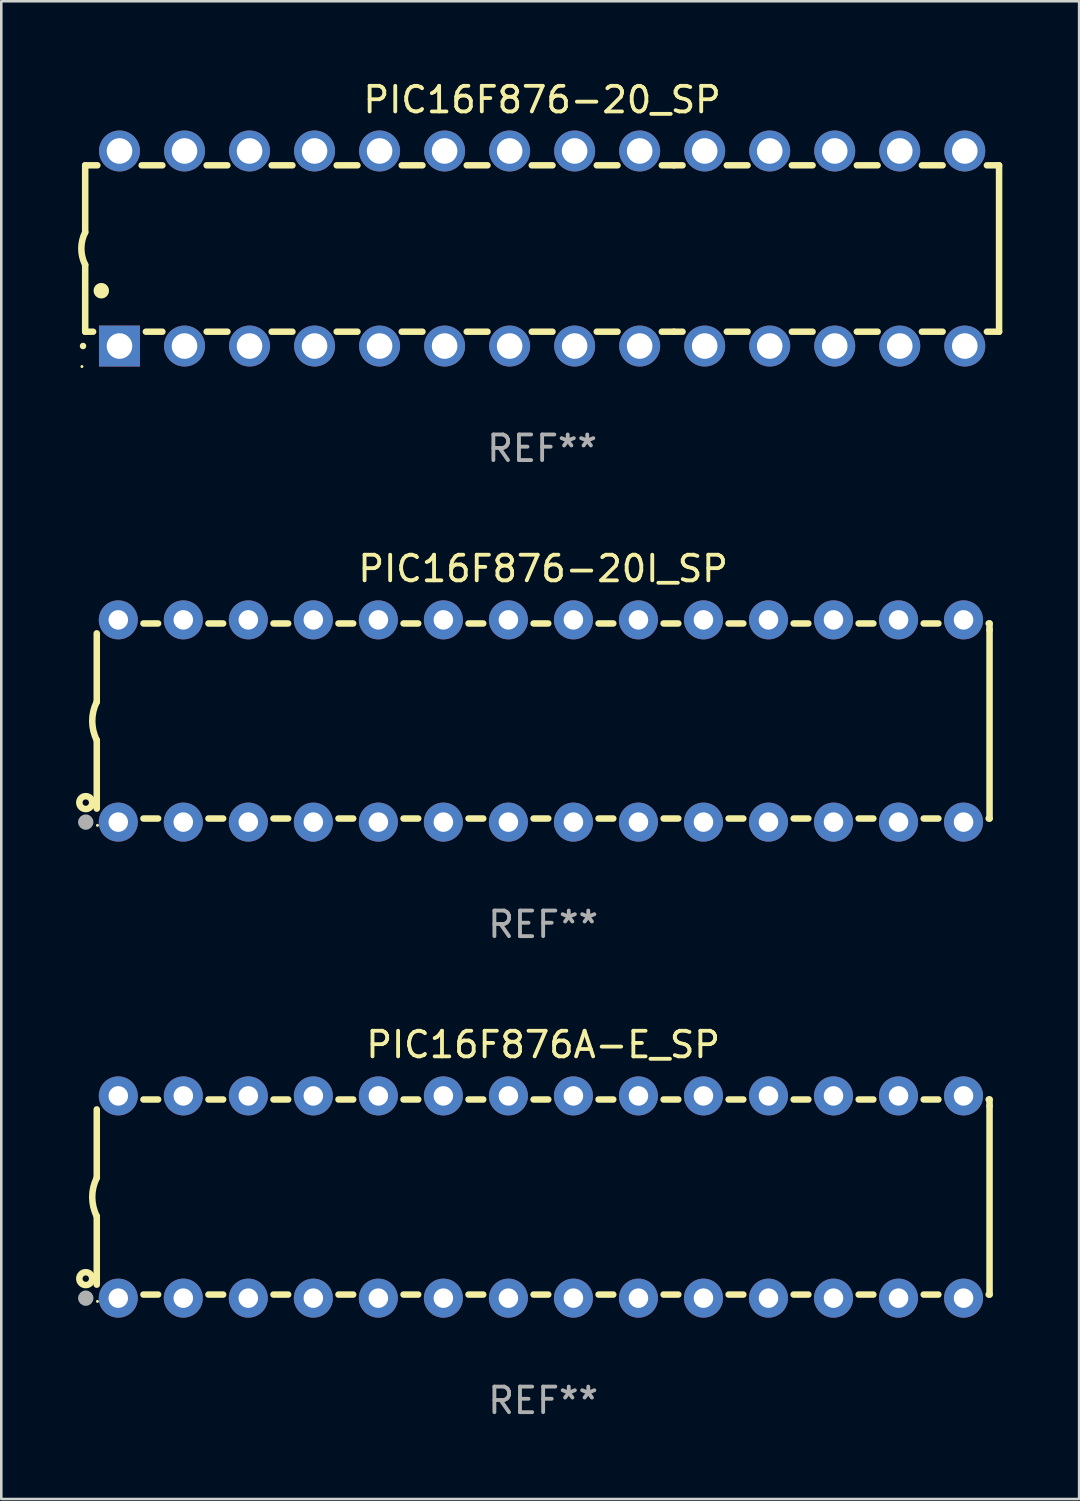
<source format=kicad_pcb>
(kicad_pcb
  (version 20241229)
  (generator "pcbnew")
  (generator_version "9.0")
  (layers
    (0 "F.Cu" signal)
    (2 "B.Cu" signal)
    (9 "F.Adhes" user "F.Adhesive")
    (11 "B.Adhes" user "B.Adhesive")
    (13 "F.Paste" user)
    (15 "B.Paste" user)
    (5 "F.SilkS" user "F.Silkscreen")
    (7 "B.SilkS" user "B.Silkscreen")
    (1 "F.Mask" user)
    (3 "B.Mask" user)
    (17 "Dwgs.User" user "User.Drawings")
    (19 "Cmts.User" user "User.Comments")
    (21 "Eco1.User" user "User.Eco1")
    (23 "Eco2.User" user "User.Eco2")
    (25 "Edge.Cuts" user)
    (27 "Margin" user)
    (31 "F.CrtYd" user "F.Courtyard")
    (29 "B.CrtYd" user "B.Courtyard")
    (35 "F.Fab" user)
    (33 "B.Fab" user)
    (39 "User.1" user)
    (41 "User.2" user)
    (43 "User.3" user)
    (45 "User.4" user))
  (footprint "PIC16F876A-E_SP"
    (layer "F.Cu")
    (at 18.168 43.711)
    (property "Reference" "PIC16F876A-E_SP" (at 0 -5.95 0) (layer "F.SilkS") (effects (font (size 1 1) (thickness 0.15))))
    (attr through_hole)
    (fp_line (start -17.438 0.75) (end -17.438 3.423) (stroke (width 0.254) (type solid)) (layer "F.SilkS"))
    (fp_line (start -17.438 -3.423) (end -17.438 -0.75) (stroke (width 0.254) (type solid)) (layer "F.SilkS"))
    (fp_line (start -15.615 3.81) (end -15.041 3.81) (stroke (width 0.254) (type solid)) (layer "F.SilkS"))
    (fp_line (start -15.041 -3.81) (end -15.614 -3.81) (stroke (width 0.254) (type solid)) (layer "F.SilkS"))
    (fp_line (start -13.075 3.81) (end -12.501 3.81) (stroke (width 0.254) (type solid)) (layer "F.SilkS"))
    (fp_line (start -12.501 -3.81) (end -13.074 -3.81) (stroke (width 0.254) (type solid)) (layer "F.SilkS"))
    (fp_line (start -10.535 3.81) (end -9.961 3.81) (stroke (width 0.254) (type solid)) (layer "F.SilkS"))
    (fp_line (start -9.961 -3.81) (end -10.534 -3.81) (stroke (width 0.254) (type solid)) (layer "F.SilkS"))
    (fp_line (start -7.995 3.81) (end -7.421 3.81) (stroke (width 0.254) (type solid)) (layer "F.SilkS"))
    (fp_line (start -7.421 -3.81) (end -7.995 -3.81) (stroke (width 0.254) (type solid)) (layer "F.SilkS"))
    (fp_line (start -5.455 3.81) (end -4.881 3.81) (stroke (width 0.254) (type solid)) (layer "F.SilkS"))
    (fp_line (start -4.881 -3.81) (end -5.455 -3.81) (stroke (width 0.254) (type solid)) (layer "F.SilkS"))
    (fp_line (start -2.915 3.81) (end -2.341 3.81) (stroke (width 0.254) (type solid)) (layer "F.SilkS"))
    (fp_line (start -2.341 -3.81) (end -2.915 -3.81) (stroke (width 0.254) (type solid)) (layer "F.SilkS"))
    (fp_line (start -0.375 3.81) (end 0.199 3.81) (stroke (width 0.254) (type solid)) (layer "F.SilkS"))
    (fp_line (start 0.199 -3.81) (end -0.375 -3.81) (stroke (width 0.254) (type solid)) (layer "F.SilkS"))
    (fp_line (start 2.165 3.81) (end 2.739 3.81) (stroke (width 0.254) (type solid)) (layer "F.SilkS"))
    (fp_line (start 2.739 -3.81) (end 2.165 -3.81) (stroke (width 0.254) (type solid)) (layer "F.SilkS"))
    (fp_line (start 4.705 3.81) (end 5.279 3.81) (stroke (width 0.254) (type solid)) (layer "F.SilkS"))
    (fp_line (start 5.279 -3.81) (end 4.705 -3.81) (stroke (width 0.254) (type solid)) (layer "F.SilkS"))
    (fp_line (start 7.245 3.81) (end 7.819 3.81) (stroke (width 0.254) (type solid)) (layer "F.SilkS"))
    (fp_line (start 7.819 -3.81) (end 7.245 -3.81) (stroke (width 0.254) (type solid)) (layer "F.SilkS"))
    (fp_line (start 9.785 3.81) (end 10.359 3.81) (stroke (width 0.254) (type solid)) (layer "F.SilkS"))
    (fp_line (start 10.359 -3.81) (end 9.785 -3.81) (stroke (width 0.254) (type solid)) (layer "F.SilkS"))
    (fp_line (start 12.325 3.81) (end 12.899 3.81) (stroke (width 0.254) (type solid)) (layer "F.SilkS"))
    (fp_line (start 12.899 -3.81) (end 12.325 -3.81) (stroke (width 0.254) (type solid)) (layer "F.SilkS"))
    (fp_line (start 14.865 3.81) (end 15.439 3.81) (stroke (width 0.254) (type solid)) (layer "F.SilkS"))
    (fp_line (start 15.439 -3.81) (end 14.865 -3.81) (stroke (width 0.254) (type solid)) (layer "F.SilkS"))
    (fp_line (start 17.405 3.81) (end 17.438 3.81) (stroke (width 0.254) (type solid)) (layer "F.SilkS"))
    (fp_line (start 17.438 -3.81) (end 17.405 -3.81) (stroke (width 0.254) (type solid)) (layer "F.SilkS"))
    (fp_line (start 17.438 -3.556) (end 17.438 -3.81) (stroke (width 0.254) (type solid)) (layer "F.SilkS"))
    (fp_line (start 17.438 3.81) (end 17.438 -3.556) (stroke (width 0.254) (type solid)) (layer "F.SilkS"))
    (fp_arc (start -17.437986 0.749657) (mid -17.614887 -0.000024) (end -17.437783 -0.749657) (stroke (width 0.254001) (type solid)) (layer "F.SilkS"))
    (fp_circle (center -17.868 3.188) (end -17.743 3.188) (stroke (width 0.254) (type solid)) (fill no) (layer "F.SilkS"))
    (fp_circle (center -17.411 4.077) (end -17.381 4.077) (stroke (width 0.06) (type solid)) (fill no) (layer "F.SilkS"))
    (fp_circle (center -17.868 3.95) (end -17.718 3.95) (stroke (width 0.3) (type solid)) (fill no) (layer "F.Fab"))
    (fp_text user "REF**" (at 0 7.95 0) (layer "F.Fab") (effects (font (size 1 1) (thickness 0.15))))
    (pad "1" thru_hole circle (at -16.598 3.95) (size 1.524 1.524) (drill 0.762) (layers "*.Cu" "*.Mask"))
    (pad "2" thru_hole circle (at -14.058 3.95) (size 1.524 1.524) (drill 0.762) (layers "*.Cu" "*.Mask"))
    (pad "3" thru_hole circle (at -11.518 3.95) (size 1.524 1.524) (drill 0.762) (layers "*.Cu" "*.Mask"))
    (pad "4" thru_hole circle (at -8.978 3.95) (size 1.524 1.524) (drill 0.762) (layers "*.Cu" "*.Mask"))
    (pad "5" thru_hole circle (at -6.438 3.95) (size 1.524 1.524) (drill 0.762) (layers "*.Cu" "*.Mask"))
    (pad "6" thru_hole circle (at -3.898 3.95) (size 1.524 1.524) (drill 0.762) (layers "*.Cu" "*.Mask"))
    (pad "7" thru_hole circle (at -1.358 3.95) (size 1.524 1.524) (drill 0.762) (layers "*.Cu" "*.Mask"))
    (pad "8" thru_hole circle (at 1.182 3.95) (size 1.524 1.524) (drill 0.762) (layers "*.Cu" "*.Mask"))
    (pad "9" thru_hole circle (at 3.722 3.95) (size 1.524 1.524) (drill 0.762) (layers "*.Cu" "*.Mask"))
    (pad "10" thru_hole circle (at 6.262 3.95) (size 1.524 1.524) (drill 0.762) (layers "*.Cu" "*.Mask"))
    (pad "11" thru_hole circle (at 8.802 3.95) (size 1.524 1.524) (drill 0.762) (layers "*.Cu" "*.Mask"))
    (pad "12" thru_hole circle (at 11.342 3.95) (size 1.524 1.524) (drill 0.762) (layers "*.Cu" "*.Mask"))
    (pad "13" thru_hole circle (at 13.882 3.95) (size 1.524 1.524) (drill 0.762) (layers "*.Cu" "*.Mask"))
    (pad "14" thru_hole circle (at 16.422 3.95) (size 1.524 1.524) (drill 0.762) (layers "*.Cu" "*.Mask"))
    (pad "15" thru_hole circle (at 16.422 -3.95) (size 1.524 1.524) (drill 0.762) (layers "*.Cu" "*.Mask"))
    (pad "16" thru_hole circle (at 13.882 -3.95) (size 1.524 1.524) (drill 0.762) (layers "*.Cu" "*.Mask"))
    (pad "17" thru_hole circle (at 11.342 -3.95) (size 1.524 1.524) (drill 0.762) (layers "*.Cu" "*.Mask"))
    (pad "18" thru_hole circle (at 8.802 -3.95) (size 1.524 1.524) (drill 0.762) (layers "*.Cu" "*.Mask"))
    (pad "19" thru_hole circle (at 6.262 -3.95) (size 1.524 1.524) (drill 0.762) (layers "*.Cu" "*.Mask"))
    (pad "20" thru_hole circle (at 3.722 -3.95) (size 1.524 1.524) (drill 0.762) (layers "*.Cu" "*.Mask"))
    (pad "21" thru_hole circle (at 1.182 -3.95) (size 1.524 1.524) (drill 0.762) (layers "*.Cu" "*.Mask"))
    (pad "22" thru_hole circle (at -1.358 -3.95) (size 1.524 1.524) (drill 0.762) (layers "*.Cu" "*.Mask"))
    (pad "23" thru_hole circle (at -3.898 -3.95) (size 1.524 1.524) (drill 0.762) (layers "*.Cu" "*.Mask"))
    (pad "24" thru_hole circle (at -6.438 -3.95) (size 1.524 1.524) (drill 0.762) (layers "*.Cu" "*.Mask"))
    (pad "25" thru_hole circle (at -8.978 -3.95) (size 1.524 1.524) (drill 0.762) (layers "*.Cu" "*.Mask"))
    (pad "26" thru_hole circle (at -11.517 -3.95) (size 1.524 1.524) (drill 0.762) (layers "*.Cu" "*.Mask"))
    (pad "27" thru_hole circle (at -14.057 -3.95) (size 1.524 1.524) (drill 0.762) (layers "*.Cu" "*.Mask"))
    (pad "28" thru_hole circle (at -16.597 -3.95) (size 1.524 1.524) (drill 0.762) (layers "*.Cu" "*.Mask")))
  (footprint "PIC16F876-20I_SP"
    (layer "F.Cu")
    (at 18.168 25.115)
    (property "Reference" "PIC16F876-20I_SP" (at 0 -5.95 0) (layer "F.SilkS") (effects (font (size 1 1) (thickness 0.15))))
    (attr through_hole)
    (fp_line (start -17.438 0.75) (end -17.438 3.423) (stroke (width 0.254) (type solid)) (layer "F.SilkS"))
    (fp_line (start -17.438 -3.423) (end -17.438 -0.75) (stroke (width 0.254) (type solid)) (layer "F.SilkS"))
    (fp_line (start -15.615 3.81) (end -15.041 3.81) (stroke (width 0.254) (type solid)) (layer "F.SilkS"))
    (fp_line (start -15.041 -3.81) (end -15.614 -3.81) (stroke (width 0.254) (type solid)) (layer "F.SilkS"))
    (fp_line (start -13.075 3.81) (end -12.501 3.81) (stroke (width 0.254) (type solid)) (layer "F.SilkS"))
    (fp_line (start -12.501 -3.81) (end -13.074 -3.81) (stroke (width 0.254) (type solid)) (layer "F.SilkS"))
    (fp_line (start -10.535 3.81) (end -9.961 3.81) (stroke (width 0.254) (type solid)) (layer "F.SilkS"))
    (fp_line (start -9.961 -3.81) (end -10.534 -3.81) (stroke (width 0.254) (type solid)) (layer "F.SilkS"))
    (fp_line (start -7.995 3.81) (end -7.421 3.81) (stroke (width 0.254) (type solid)) (layer "F.SilkS"))
    (fp_line (start -7.421 -3.81) (end -7.995 -3.81) (stroke (width 0.254) (type solid)) (layer "F.SilkS"))
    (fp_line (start -5.455 3.81) (end -4.881 3.81) (stroke (width 0.254) (type solid)) (layer "F.SilkS"))
    (fp_line (start -4.881 -3.81) (end -5.455 -3.81) (stroke (width 0.254) (type solid)) (layer "F.SilkS"))
    (fp_line (start -2.915 3.81) (end -2.341 3.81) (stroke (width 0.254) (type solid)) (layer "F.SilkS"))
    (fp_line (start -2.341 -3.81) (end -2.915 -3.81) (stroke (width 0.254) (type solid)) (layer "F.SilkS"))
    (fp_line (start -0.375 3.81) (end 0.199 3.81) (stroke (width 0.254) (type solid)) (layer "F.SilkS"))
    (fp_line (start 0.199 -3.81) (end -0.375 -3.81) (stroke (width 0.254) (type solid)) (layer "F.SilkS"))
    (fp_line (start 2.165 3.81) (end 2.739 3.81) (stroke (width 0.254) (type solid)) (layer "F.SilkS"))
    (fp_line (start 2.739 -3.81) (end 2.165 -3.81) (stroke (width 0.254) (type solid)) (layer "F.SilkS"))
    (fp_line (start 4.705 3.81) (end 5.279 3.81) (stroke (width 0.254) (type solid)) (layer "F.SilkS"))
    (fp_line (start 5.279 -3.81) (end 4.705 -3.81) (stroke (width 0.254) (type solid)) (layer "F.SilkS"))
    (fp_line (start 7.245 3.81) (end 7.819 3.81) (stroke (width 0.254) (type solid)) (layer "F.SilkS"))
    (fp_line (start 7.819 -3.81) (end 7.245 -3.81) (stroke (width 0.254) (type solid)) (layer "F.SilkS"))
    (fp_line (start 9.785 3.81) (end 10.359 3.81) (stroke (width 0.254) (type solid)) (layer "F.SilkS"))
    (fp_line (start 10.359 -3.81) (end 9.785 -3.81) (stroke (width 0.254) (type solid)) (layer "F.SilkS"))
    (fp_line (start 12.325 3.81) (end 12.899 3.81) (stroke (width 0.254) (type solid)) (layer "F.SilkS"))
    (fp_line (start 12.899 -3.81) (end 12.325 -3.81) (stroke (width 0.254) (type solid)) (layer "F.SilkS"))
    (fp_line (start 14.865 3.81) (end 15.439 3.81) (stroke (width 0.254) (type solid)) (layer "F.SilkS"))
    (fp_line (start 15.439 -3.81) (end 14.865 -3.81) (stroke (width 0.254) (type solid)) (layer "F.SilkS"))
    (fp_line (start 17.405 3.81) (end 17.438 3.81) (stroke (width 0.254) (type solid)) (layer "F.SilkS"))
    (fp_line (start 17.438 -3.81) (end 17.405 -3.81) (stroke (width 0.254) (type solid)) (layer "F.SilkS"))
    (fp_line (start 17.438 -3.556) (end 17.438 -3.81) (stroke (width 0.254) (type solid)) (layer "F.SilkS"))
    (fp_line (start 17.438 3.81) (end 17.438 -3.556) (stroke (width 0.254) (type solid)) (layer "F.SilkS"))
    (fp_arc (start -17.437986 0.749657) (mid -17.614887 -0.000024) (end -17.437783 -0.749657) (stroke (width 0.254001) (type solid)) (layer "F.SilkS"))
    (fp_circle (center -17.868 3.188) (end -17.743 3.188) (stroke (width 0.254) (type solid)) (fill no) (layer "F.SilkS"))
    (fp_circle (center -17.411 4.077) (end -17.381 4.077) (stroke (width 0.06) (type solid)) (fill no) (layer "F.SilkS"))
    (fp_circle (center -17.868 3.95) (end -17.718 3.95) (stroke (width 0.3) (type solid)) (fill no) (layer "F.Fab"))
    (fp_text user "REF**" (at 0 7.95 0) (layer "F.Fab") (effects (font (size 1 1) (thickness 0.15))))
    (pad "1" thru_hole circle (at -16.598 3.95) (size 1.524 1.524) (drill 0.762) (layers "*.Cu" "*.Mask"))
    (pad "2" thru_hole circle (at -14.058 3.95) (size 1.524 1.524) (drill 0.762) (layers "*.Cu" "*.Mask"))
    (pad "3" thru_hole circle (at -11.518 3.95) (size 1.524 1.524) (drill 0.762) (layers "*.Cu" "*.Mask"))
    (pad "4" thru_hole circle (at -8.978 3.95) (size 1.524 1.524) (drill 0.762) (layers "*.Cu" "*.Mask"))
    (pad "5" thru_hole circle (at -6.438 3.95) (size 1.524 1.524) (drill 0.762) (layers "*.Cu" "*.Mask"))
    (pad "6" thru_hole circle (at -3.898 3.95) (size 1.524 1.524) (drill 0.762) (layers "*.Cu" "*.Mask"))
    (pad "7" thru_hole circle (at -1.358 3.95) (size 1.524 1.524) (drill 0.762) (layers "*.Cu" "*.Mask"))
    (pad "8" thru_hole circle (at 1.182 3.95) (size 1.524 1.524) (drill 0.762) (layers "*.Cu" "*.Mask"))
    (pad "9" thru_hole circle (at 3.722 3.95) (size 1.524 1.524) (drill 0.762) (layers "*.Cu" "*.Mask"))
    (pad "10" thru_hole circle (at 6.262 3.95) (size 1.524 1.524) (drill 0.762) (layers "*.Cu" "*.Mask"))
    (pad "11" thru_hole circle (at 8.802 3.95) (size 1.524 1.524) (drill 0.762) (layers "*.Cu" "*.Mask"))
    (pad "12" thru_hole circle (at 11.342 3.95) (size 1.524 1.524) (drill 0.762) (layers "*.Cu" "*.Mask"))
    (pad "13" thru_hole circle (at 13.882 3.95) (size 1.524 1.524) (drill 0.762) (layers "*.Cu" "*.Mask"))
    (pad "14" thru_hole circle (at 16.422 3.95) (size 1.524 1.524) (drill 0.762) (layers "*.Cu" "*.Mask"))
    (pad "15" thru_hole circle (at 16.422 -3.95) (size 1.524 1.524) (drill 0.762) (layers "*.Cu" "*.Mask"))
    (pad "16" thru_hole circle (at 13.882 -3.95) (size 1.524 1.524) (drill 0.762) (layers "*.Cu" "*.Mask"))
    (pad "17" thru_hole circle (at 11.342 -3.95) (size 1.524 1.524) (drill 0.762) (layers "*.Cu" "*.Mask"))
    (pad "18" thru_hole circle (at 8.802 -3.95) (size 1.524 1.524) (drill 0.762) (layers "*.Cu" "*.Mask"))
    (pad "19" thru_hole circle (at 6.262 -3.95) (size 1.524 1.524) (drill 0.762) (layers "*.Cu" "*.Mask"))
    (pad "20" thru_hole circle (at 3.722 -3.95) (size 1.524 1.524) (drill 0.762) (layers "*.Cu" "*.Mask"))
    (pad "21" thru_hole circle (at 1.182 -3.95) (size 1.524 1.524) (drill 0.762) (layers "*.Cu" "*.Mask"))
    (pad "22" thru_hole circle (at -1.358 -3.95) (size 1.524 1.524) (drill 0.762) (layers "*.Cu" "*.Mask"))
    (pad "23" thru_hole circle (at -3.898 -3.95) (size 1.524 1.524) (drill 0.762) (layers "*.Cu" "*.Mask"))
    (pad "24" thru_hole circle (at -6.438 -3.95) (size 1.524 1.524) (drill 0.762) (layers "*.Cu" "*.Mask"))
    (pad "25" thru_hole circle (at -8.978 -3.95) (size 1.524 1.524) (drill 0.762) (layers "*.Cu" "*.Mask"))
    (pad "26" thru_hole circle (at -11.517 -3.95) (size 1.524 1.524) (drill 0.762) (layers "*.Cu" "*.Mask"))
    (pad "27" thru_hole circle (at -14.057 -3.95) (size 1.524 1.524) (drill 0.762) (layers "*.Cu" "*.Mask"))
    (pad "28" thru_hole circle (at -16.597 -3.95) (size 1.524 1.524) (drill 0.762) (layers "*.Cu" "*.Mask")))
  (footprint "PIC16F876-20_SP"
    (layer "F.Cu")
    (at 18.128 6.658)
    (property "Reference" "PIC16F876-20_SP" (at 0 -5.81 0) (layer "F.SilkS") (effects (font (size 1 1) (thickness 0.15))))
    (attr through_hole)
    (fp_line (start -17.85 -3.25) (end -17.85 -0.635) (stroke (width 0.254) (type solid)) (layer "F.SilkS"))
    (fp_line (start -17.85 3.25) (end -17.85 0.635) (stroke (width 0.254) (type solid)) (layer "F.SilkS"))
    (fp_line (start -17.85 3.25) (end -17.541 3.25) (stroke (width 0.254) (type solid)) (layer "F.SilkS"))
    (fp_line (start -17.375 -3.25) (end -17.85 -3.25) (stroke (width 0.254) (type solid)) (layer "F.SilkS"))
    (fp_line (start -15.479 3.25) (end -14.835 3.25) (stroke (width 0.254) (type solid)) (layer "F.SilkS"))
    (fp_line (start -14.835 -3.25) (end -15.645 -3.25) (stroke (width 0.254) (type solid)) (layer "F.SilkS"))
    (fp_line (start -13.105 3.25) (end -12.295 3.25) (stroke (width 0.254) (type solid)) (layer "F.SilkS"))
    (fp_line (start -12.295 -3.25) (end -13.105 -3.25) (stroke (width 0.254) (type solid)) (layer "F.SilkS"))
    (fp_line (start -10.565 3.25) (end -9.755 3.25) (stroke (width 0.254) (type solid)) (layer "F.SilkS"))
    (fp_line (start -9.755 -3.25) (end -10.565 -3.25) (stroke (width 0.254) (type solid)) (layer "F.SilkS"))
    (fp_line (start -8.025 3.25) (end -7.215 3.25) (stroke (width 0.254) (type solid)) (layer "F.SilkS"))
    (fp_line (start -7.215 -3.25) (end -8.025 -3.25) (stroke (width 0.254) (type solid)) (layer "F.SilkS"))
    (fp_line (start -5.485 3.25) (end -4.675 3.25) (stroke (width 0.254) (type solid)) (layer "F.SilkS"))
    (fp_line (start -4.675 -3.25) (end -5.485 -3.25) (stroke (width 0.254) (type solid)) (layer "F.SilkS"))
    (fp_line (start -2.945 3.25) (end -2.135 3.25) (stroke (width 0.254) (type solid)) (layer "F.SilkS"))
    (fp_line (start -2.135 -3.25) (end -2.945 -3.25) (stroke (width 0.254) (type solid)) (layer "F.SilkS"))
    (fp_line (start -0.405 3.25) (end 0.405 3.25) (stroke (width 0.254) (type solid)) (layer "F.SilkS"))
    (fp_line (start 0.405 -3.25) (end -0.405 -3.25) (stroke (width 0.254) (type solid)) (layer "F.SilkS"))
    (fp_line (start 2.135 3.25) (end 2.945 3.25) (stroke (width 0.254) (type solid)) (layer "F.SilkS"))
    (fp_line (start 2.945 -3.25) (end 2.135 -3.25) (stroke (width 0.254) (type solid)) (layer "F.SilkS"))
    (fp_line (start 4.675 3.25) (end 5.15 3.25) (stroke (width 0.254) (type solid)) (layer "F.SilkS"))
    (fp_line (start 5.15 -3.25) (end 4.675 -3.25) (stroke (width 0.254) (type solid)) (layer "F.SilkS"))
    (fp_line (start 5.15 -3.25) (end 5.485 -3.25) (stroke (width 0.254) (type solid)) (layer "F.SilkS"))
    (fp_line (start 5.15 3.25) (end 5.485 3.25) (stroke (width 0.254) (type solid)) (layer "F.SilkS"))
    (fp_line (start 7.215 -3.25) (end 8.025 -3.25) (stroke (width 0.254) (type solid)) (layer "F.SilkS"))
    (fp_line (start 7.215 3.25) (end 8.025 3.25) (stroke (width 0.254) (type solid)) (layer "F.SilkS"))
    (fp_line (start 9.755 -3.25) (end 10.565 -3.25) (stroke (width 0.254) (type solid)) (layer "F.SilkS"))
    (fp_line (start 9.755 3.25) (end 10.565 3.25) (stroke (width 0.254) (type solid)) (layer "F.SilkS"))
    (fp_line (start 12.295 -3.25) (end 13.105 -3.25) (stroke (width 0.254) (type solid)) (layer "F.SilkS"))
    (fp_line (start 12.295 3.25) (end 13.105 3.25) (stroke (width 0.254) (type solid)) (layer "F.SilkS"))
    (fp_line (start 14.835 -3.25) (end 15.645 -3.25) (stroke (width 0.254) (type solid)) (layer "F.SilkS"))
    (fp_line (start 14.835 3.25) (end 15.645 3.25) (stroke (width 0.254) (type solid)) (layer "F.SilkS"))
    (fp_line (start 17.375 -3.25) (end 17.85 -3.25) (stroke (width 0.254) (type solid)) (layer "F.SilkS"))
    (fp_line (start 17.375 3.25) (end 17.85 3.25) (stroke (width 0.254) (type solid)) (layer "F.SilkS"))
    (fp_line (start 17.85 -3.25) (end 17.85 3.25) (stroke (width 0.254) (type solid)) (layer "F.SilkS"))
    (fp_arc (start -17.934976 3.810008) (mid -17.934983 3.808738) (end -17.934976 3.807468) (stroke (width 0.25) (type solid)) (layer "F.SilkS"))
    (fp_arc (start -17.851155 0.635002) (mid -18.000677 -0.000132) (end -17.850038 -0.635001) (stroke (width 0.254001) (type solid)) (layer "F.SilkS"))
    (fp_arc (start -17.221234 1.651003) (mid -17.221245 1.648463) (end -17.221234 1.645923) (stroke (width 0.6) (type solid)) (layer "F.SilkS"))
    (fp_circle (center -17.977 4.61) (end -17.947 4.61) (stroke (width 0.06) (type solid)) (fill no) (layer "F.SilkS"))
    (fp_text user "REF**" (at 0 7.81 0) (layer "F.Fab") (effects (font (size 1 1) (thickness 0.15))))
    (pad "1" thru_hole rect (at -16.51 3.81 90) (size 1.6 1.6) (drill 1) (layers "*.Cu" "*.Mask"))
    (pad "2" thru_hole circle (at -13.97 3.81 90) (size 1.6 1.6) (drill 1) (layers "*.Cu" "*.Mask"))
    (pad "3" thru_hole circle (at -11.43 3.81 90) (size 1.6 1.6) (drill 1) (layers "*.Cu" "*.Mask"))
    (pad "4" thru_hole circle (at -8.89 3.81 90) (size 1.6 1.6) (drill 1) (layers "*.Cu" "*.Mask"))
    (pad "5" thru_hole circle (at -6.35 3.81 90) (size 1.6 1.6) (drill 1) (layers "*.Cu" "*.Mask"))
    (pad "6" thru_hole circle (at -3.81 3.81 90) (size 1.6 1.6) (drill 1) (layers "*.Cu" "*.Mask"))
    (pad "7" thru_hole circle (at -1.27 3.81 90) (size 1.6 1.6) (drill 1) (layers "*.Cu" "*.Mask"))
    (pad "8" thru_hole circle (at 1.27 3.81 90) (size 1.6 1.6) (drill 1) (layers "*.Cu" "*.Mask"))
    (pad "9" thru_hole circle (at 3.81 3.81 90) (size 1.6 1.6) (drill 1) (layers "*.Cu" "*.Mask"))
    (pad "10" thru_hole circle (at 6.35 3.81 90) (size 1.6 1.6) (drill 1) (layers "*.Cu" "*.Mask"))
    (pad "11" thru_hole circle (at 8.89 3.81 90) (size 1.6 1.6) (drill 1) (layers "*.Cu" "*.Mask"))
    (pad "12" thru_hole circle (at 11.43 3.81 90) (size 1.6 1.6) (drill 1) (layers "*.Cu" "*.Mask"))
    (pad "13" thru_hole circle (at 13.97 3.81 90) (size 1.6 1.6) (drill 1) (layers "*.Cu" "*.Mask"))
    (pad "14" thru_hole circle (at 16.51 3.81 90) (size 1.6 1.6) (drill 1) (layers "*.Cu" "*.Mask"))
    (pad "15" thru_hole circle (at 16.51 -3.81 90) (size 1.6 1.6) (drill 1) (layers "*.Cu" "*.Mask"))
    (pad "16" thru_hole circle (at 13.97 -3.81 90) (size 1.6 1.6) (drill 1) (layers "*.Cu" "*.Mask"))
    (pad "17" thru_hole circle (at 11.43 -3.81 90) (size 1.6 1.6) (drill 1) (layers "*.Cu" "*.Mask"))
    (pad "18" thru_hole circle (at 8.89 -3.81 90) (size 1.6 1.6) (drill 1) (layers "*.Cu" "*.Mask"))
    (pad "19" thru_hole circle (at 6.35 -3.81 90) (size 1.6 1.6) (drill 1) (layers "*.Cu" "*.Mask"))
    (pad "20" thru_hole circle (at 3.81 -3.81 90) (size 1.6 1.6) (drill 1) (layers "*.Cu" "*.Mask"))
    (pad "21" thru_hole circle (at 1.27 -3.81 90) (size 1.6 1.6) (drill 1) (layers "*.Cu" "*.Mask"))
    (pad "22" thru_hole circle (at -1.27 -3.81 90) (size 1.6 1.6) (drill 1) (layers "*.Cu" "*.Mask"))
    (pad "23" thru_hole circle (at -3.81 -3.81 90) (size 1.6 1.6) (drill 1) (layers "*.Cu" "*.Mask"))
    (pad "24" thru_hole circle (at -6.35 -3.81 90) (size 1.6 1.6) (drill 1) (layers "*.Cu" "*.Mask"))
    (pad "25" thru_hole circle (at -8.89 -3.81 90) (size 1.6 1.6) (drill 1) (layers "*.Cu" "*.Mask"))
    (pad "26" thru_hole circle (at -11.43 -3.81 90) (size 1.6 1.6) (drill 1) (layers "*.Cu" "*.Mask"))
    (pad "27" thru_hole circle (at -13.97 -3.81 90) (size 1.6 1.6) (drill 1) (layers "*.Cu" "*.Mask"))
    (pad "28" thru_hole circle (at -16.51 -3.81 90) (size 1.6 1.6) (drill 1) (layers "*.Cu" "*.Mask")))
  (gr_rect
    (start -3 -3)
    (end 39.105 55.509)
    (stroke (width 0.1) (type default))
    (fill no)
    (layer "Edge.Cuts")))
</source>
